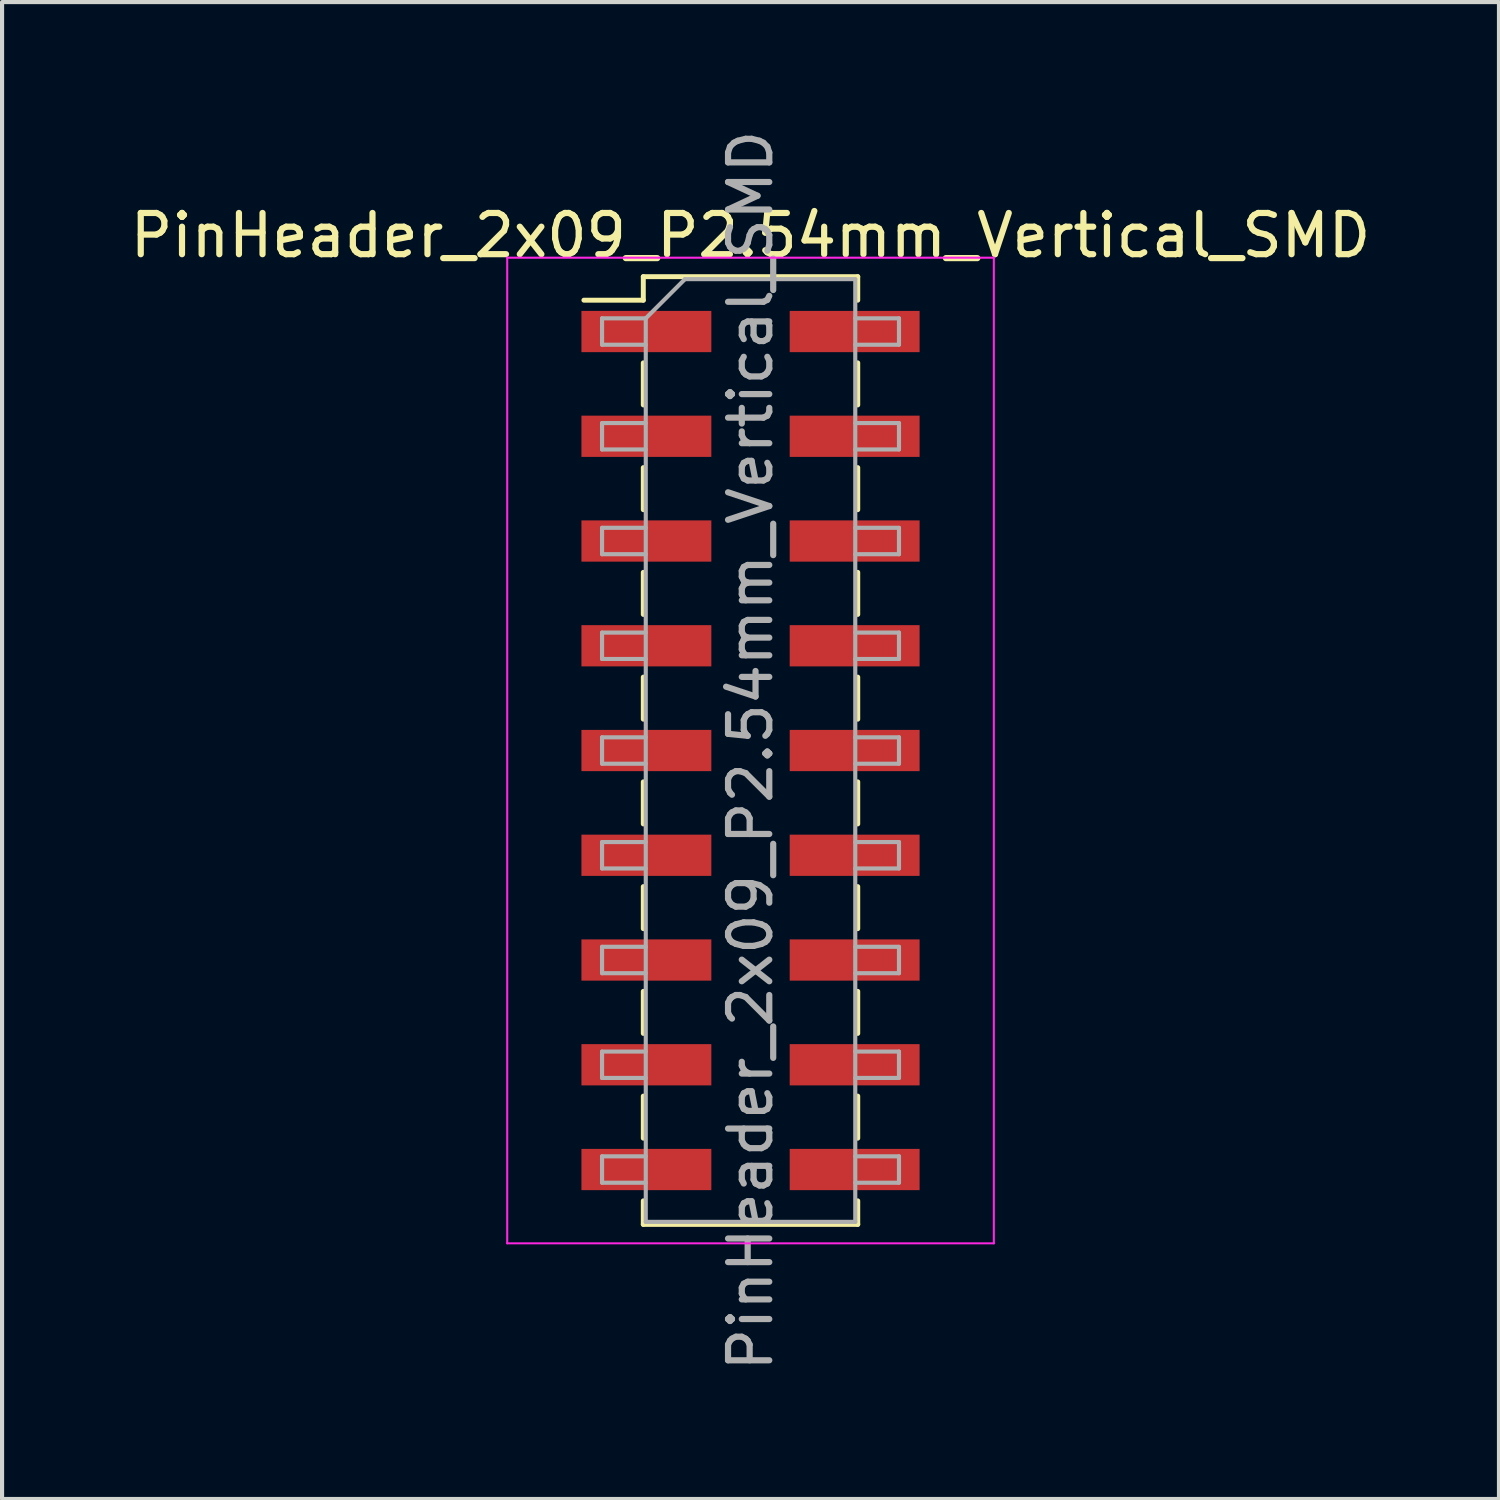
<source format=kicad_pcb>
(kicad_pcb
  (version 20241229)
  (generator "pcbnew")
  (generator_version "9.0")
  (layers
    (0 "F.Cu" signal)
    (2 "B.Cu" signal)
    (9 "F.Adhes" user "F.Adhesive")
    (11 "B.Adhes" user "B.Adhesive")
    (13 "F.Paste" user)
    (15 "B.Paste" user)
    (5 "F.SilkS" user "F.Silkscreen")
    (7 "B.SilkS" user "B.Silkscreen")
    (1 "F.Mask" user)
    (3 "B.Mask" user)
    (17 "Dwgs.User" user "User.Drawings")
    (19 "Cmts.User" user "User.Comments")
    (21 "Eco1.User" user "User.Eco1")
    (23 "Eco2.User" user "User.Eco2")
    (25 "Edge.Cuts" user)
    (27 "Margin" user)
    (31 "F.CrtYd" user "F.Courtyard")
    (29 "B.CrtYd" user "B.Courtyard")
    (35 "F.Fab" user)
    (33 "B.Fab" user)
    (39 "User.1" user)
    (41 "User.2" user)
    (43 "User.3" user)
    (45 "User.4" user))
  (footprint "PinHeader_2x09_P2.54mm_Vertical_SMD"
    (layer "F.Cu")
    (at 15.149 15.149)
    (property "Reference" "PinHeader_2x09_P2.54mm_Vertical_SMD" (at 0 -12.49 0) (layer "F.SilkS") (effects (font (size 1 1) (thickness 0.15))))
    (attr smd)
    (fp_line (start -4.04 -10.92) (end -2.6 -10.92) (stroke (width 0.12) (type solid)) (layer "F.SilkS"))
    (fp_line (start -2.6 -11.49) (end -2.6 -10.92) (stroke (width 0.12) (type solid)) (layer "F.SilkS"))
    (fp_line (start -2.6 -11.49) (end 2.6 -11.49) (stroke (width 0.12) (type solid)) (layer "F.SilkS"))
    (fp_line (start -2.6 -9.4) (end -2.6 -8.38) (stroke (width 0.12) (type solid)) (layer "F.SilkS"))
    (fp_line (start -2.6 -6.86) (end -2.6 -5.84) (stroke (width 0.12) (type solid)) (layer "F.SilkS"))
    (fp_line (start -2.6 -4.32) (end -2.6 -3.3) (stroke (width 0.12) (type solid)) (layer "F.SilkS"))
    (fp_line (start -2.6 -1.78) (end -2.6 -0.76) (stroke (width 0.12) (type solid)) (layer "F.SilkS"))
    (fp_line (start -2.6 0.76) (end -2.6 1.78) (stroke (width 0.12) (type solid)) (layer "F.SilkS"))
    (fp_line (start -2.6 3.3) (end -2.6 4.32) (stroke (width 0.12) (type solid)) (layer "F.SilkS"))
    (fp_line (start -2.6 5.84) (end -2.6 6.86) (stroke (width 0.12) (type solid)) (layer "F.SilkS"))
    (fp_line (start -2.6 8.38) (end -2.6 9.4) (stroke (width 0.12) (type solid)) (layer "F.SilkS"))
    (fp_line (start -2.6 10.92) (end -2.6 11.49) (stroke (width 0.12) (type solid)) (layer "F.SilkS"))
    (fp_line (start -2.6 11.49) (end 2.6 11.49) (stroke (width 0.12) (type solid)) (layer "F.SilkS"))
    (fp_line (start 2.6 -11.49) (end 2.6 -10.92) (stroke (width 0.12) (type solid)) (layer "F.SilkS"))
    (fp_line (start 2.6 -9.4) (end 2.6 -8.38) (stroke (width 0.12) (type solid)) (layer "F.SilkS"))
    (fp_line (start 2.6 -6.86) (end 2.6 -5.84) (stroke (width 0.12) (type solid)) (layer "F.SilkS"))
    (fp_line (start 2.6 -4.32) (end 2.6 -3.3) (stroke (width 0.12) (type solid)) (layer "F.SilkS"))
    (fp_line (start 2.6 -1.78) (end 2.6 -0.76) (stroke (width 0.12) (type solid)) (layer "F.SilkS"))
    (fp_line (start 2.6 0.76) (end 2.6 1.78) (stroke (width 0.12) (type solid)) (layer "F.SilkS"))
    (fp_line (start 2.6 3.3) (end 2.6 4.32) (stroke (width 0.12) (type solid)) (layer "F.SilkS"))
    (fp_line (start 2.6 5.84) (end 2.6 6.86) (stroke (width 0.12) (type solid)) (layer "F.SilkS"))
    (fp_line (start 2.6 8.38) (end 2.6 9.4) (stroke (width 0.12) (type solid)) (layer "F.SilkS"))
    (fp_line (start 2.6 10.92) (end 2.6 11.49) (stroke (width 0.12) (type solid)) (layer "F.SilkS"))
    (fp_line (start -5.9 -11.95) (end -5.9 11.95) (stroke (width 0.05) (type solid)) (layer "F.CrtYd"))
    (fp_line (start -5.9 11.95) (end 5.9 11.95) (stroke (width 0.05) (type solid)) (layer "F.CrtYd"))
    (fp_line (start 5.9 -11.95) (end -5.9 -11.95) (stroke (width 0.05) (type solid)) (layer "F.CrtYd"))
    (fp_line (start 5.9 11.95) (end 5.9 -11.95) (stroke (width 0.05) (type solid)) (layer "F.CrtYd"))
    (fp_line (start -3.6 -10.48) (end -3.6 -9.84) (stroke (width 0.1) (type solid)) (layer "F.Fab"))
    (fp_line (start -3.6 -9.84) (end -2.54 -9.84) (stroke (width 0.1) (type solid)) (layer "F.Fab"))
    (fp_line (start -3.6 -7.94) (end -3.6 -7.3) (stroke (width 0.1) (type solid)) (layer "F.Fab"))
    (fp_line (start -3.6 -7.3) (end -2.54 -7.3) (stroke (width 0.1) (type solid)) (layer "F.Fab"))
    (fp_line (start -3.6 -5.4) (end -3.6 -4.76) (stroke (width 0.1) (type solid)) (layer "F.Fab"))
    (fp_line (start -3.6 -4.76) (end -2.54 -4.76) (stroke (width 0.1) (type solid)) (layer "F.Fab"))
    (fp_line (start -3.6 -2.86) (end -3.6 -2.22) (stroke (width 0.1) (type solid)) (layer "F.Fab"))
    (fp_line (start -3.6 -2.22) (end -2.54 -2.22) (stroke (width 0.1) (type solid)) (layer "F.Fab"))
    (fp_line (start -3.6 -0.32) (end -3.6 0.32) (stroke (width 0.1) (type solid)) (layer "F.Fab"))
    (fp_line (start -3.6 0.32) (end -2.54 0.32) (stroke (width 0.1) (type solid)) (layer "F.Fab"))
    (fp_line (start -3.6 2.22) (end -3.6 2.86) (stroke (width 0.1) (type solid)) (layer "F.Fab"))
    (fp_line (start -3.6 2.86) (end -2.54 2.86) (stroke (width 0.1) (type solid)) (layer "F.Fab"))
    (fp_line (start -3.6 4.76) (end -3.6 5.4) (stroke (width 0.1) (type solid)) (layer "F.Fab"))
    (fp_line (start -3.6 5.4) (end -2.54 5.4) (stroke (width 0.1) (type solid)) (layer "F.Fab"))
    (fp_line (start -3.6 7.3) (end -3.6 7.94) (stroke (width 0.1) (type solid)) (layer "F.Fab"))
    (fp_line (start -3.6 7.94) (end -2.54 7.94) (stroke (width 0.1) (type solid)) (layer "F.Fab"))
    (fp_line (start -3.6 9.84) (end -3.6 10.48) (stroke (width 0.1) (type solid)) (layer "F.Fab"))
    (fp_line (start -3.6 10.48) (end -2.54 10.48) (stroke (width 0.1) (type solid)) (layer "F.Fab"))
    (fp_line (start -2.54 -10.48) (end -3.6 -10.48) (stroke (width 0.1) (type solid)) (layer "F.Fab"))
    (fp_line (start -2.54 -10.48) (end -1.59 -11.43) (stroke (width 0.1) (type solid)) (layer "F.Fab"))
    (fp_line (start -2.54 -7.94) (end -3.6 -7.94) (stroke (width 0.1) (type solid)) (layer "F.Fab"))
    (fp_line (start -2.54 -5.4) (end -3.6 -5.4) (stroke (width 0.1) (type solid)) (layer "F.Fab"))
    (fp_line (start -2.54 -2.86) (end -3.6 -2.86) (stroke (width 0.1) (type solid)) (layer "F.Fab"))
    (fp_line (start -2.54 -0.32) (end -3.6 -0.32) (stroke (width 0.1) (type solid)) (layer "F.Fab"))
    (fp_line (start -2.54 2.22) (end -3.6 2.22) (stroke (width 0.1) (type solid)) (layer "F.Fab"))
    (fp_line (start -2.54 4.76) (end -3.6 4.76) (stroke (width 0.1) (type solid)) (layer "F.Fab"))
    (fp_line (start -2.54 7.3) (end -3.6 7.3) (stroke (width 0.1) (type solid)) (layer "F.Fab"))
    (fp_line (start -2.54 9.84) (end -3.6 9.84) (stroke (width 0.1) (type solid)) (layer "F.Fab"))
    (fp_line (start -2.54 11.43) (end -2.54 -10.48) (stroke (width 0.1) (type solid)) (layer "F.Fab"))
    (fp_line (start -1.59 -11.43) (end 2.54 -11.43) (stroke (width 0.1) (type solid)) (layer "F.Fab"))
    (fp_line (start 2.54 -11.43) (end 2.54 11.43) (stroke (width 0.1) (type solid)) (layer "F.Fab"))
    (fp_line (start 2.54 -10.48) (end 3.6 -10.48) (stroke (width 0.1) (type solid)) (layer "F.Fab"))
    (fp_line (start 2.54 -7.94) (end 3.6 -7.94) (stroke (width 0.1) (type solid)) (layer "F.Fab"))
    (fp_line (start 2.54 -5.4) (end 3.6 -5.4) (stroke (width 0.1) (type solid)) (layer "F.Fab"))
    (fp_line (start 2.54 -2.86) (end 3.6 -2.86) (stroke (width 0.1) (type solid)) (layer "F.Fab"))
    (fp_line (start 2.54 -0.32) (end 3.6 -0.32) (stroke (width 0.1) (type solid)) (layer "F.Fab"))
    (fp_line (start 2.54 2.22) (end 3.6 2.22) (stroke (width 0.1) (type solid)) (layer "F.Fab"))
    (fp_line (start 2.54 4.76) (end 3.6 4.76) (stroke (width 0.1) (type solid)) (layer "F.Fab"))
    (fp_line (start 2.54 7.3) (end 3.6 7.3) (stroke (width 0.1) (type solid)) (layer "F.Fab"))
    (fp_line (start 2.54 9.84) (end 3.6 9.84) (stroke (width 0.1) (type solid)) (layer "F.Fab"))
    (fp_line (start 2.54 11.43) (end -2.54 11.43) (stroke (width 0.1) (type solid)) (layer "F.Fab"))
    (fp_line (start 3.6 -10.48) (end 3.6 -9.84) (stroke (width 0.1) (type solid)) (layer "F.Fab"))
    (fp_line (start 3.6 -9.84) (end 2.54 -9.84) (stroke (width 0.1) (type solid)) (layer "F.Fab"))
    (fp_line (start 3.6 -7.94) (end 3.6 -7.3) (stroke (width 0.1) (type solid)) (layer "F.Fab"))
    (fp_line (start 3.6 -7.3) (end 2.54 -7.3) (stroke (width 0.1) (type solid)) (layer "F.Fab"))
    (fp_line (start 3.6 -5.4) (end 3.6 -4.76) (stroke (width 0.1) (type solid)) (layer "F.Fab"))
    (fp_line (start 3.6 -4.76) (end 2.54 -4.76) (stroke (width 0.1) (type solid)) (layer "F.Fab"))
    (fp_line (start 3.6 -2.86) (end 3.6 -2.22) (stroke (width 0.1) (type solid)) (layer "F.Fab"))
    (fp_line (start 3.6 -2.22) (end 2.54 -2.22) (stroke (width 0.1) (type solid)) (layer "F.Fab"))
    (fp_line (start 3.6 -0.32) (end 3.6 0.32) (stroke (width 0.1) (type solid)) (layer "F.Fab"))
    (fp_line (start 3.6 0.32) (end 2.54 0.32) (stroke (width 0.1) (type solid)) (layer "F.Fab"))
    (fp_line (start 3.6 2.22) (end 3.6 2.86) (stroke (width 0.1) (type solid)) (layer "F.Fab"))
    (fp_line (start 3.6 2.86) (end 2.54 2.86) (stroke (width 0.1) (type solid)) (layer "F.Fab"))
    (fp_line (start 3.6 4.76) (end 3.6 5.4) (stroke (width 0.1) (type solid)) (layer "F.Fab"))
    (fp_line (start 3.6 5.4) (end 2.54 5.4) (stroke (width 0.1) (type solid)) (layer "F.Fab"))
    (fp_line (start 3.6 7.3) (end 3.6 7.94) (stroke (width 0.1) (type solid)) (layer "F.Fab"))
    (fp_line (start 3.6 7.94) (end 2.54 7.94) (stroke (width 0.1) (type solid)) (layer "F.Fab"))
    (fp_line (start 3.6 9.84) (end 3.6 10.48) (stroke (width 0.1) (type solid)) (layer "F.Fab"))
    (fp_line (start 3.6 10.48) (end 2.54 10.48) (stroke (width 0.1) (type solid)) (layer "F.Fab"))
    (fp_text user "${REFERENCE}" (at 0 0 90) (layer "F.Fab") (effects (font (size 1 1) (thickness 0.15))))
    (pad "1" smd rect (at -2.525 -10.16) (size 3.15 1) (layers "F.Cu" "F.Mask" "F.Paste"))
    (pad "2" smd rect (at 2.525 -10.16) (size 3.15 1) (layers "F.Cu" "F.Mask" "F.Paste"))
    (pad "3" smd rect (at -2.525 -7.62) (size 3.15 1) (layers "F.Cu" "F.Mask" "F.Paste"))
    (pad "4" smd rect (at 2.525 -7.62) (size 3.15 1) (layers "F.Cu" "F.Mask" "F.Paste"))
    (pad "5" smd rect (at -2.525 -5.08) (size 3.15 1) (layers "F.Cu" "F.Mask" "F.Paste"))
    (pad "6" smd rect (at 2.525 -5.08) (size 3.15 1) (layers "F.Cu" "F.Mask" "F.Paste"))
    (pad "7" smd rect (at -2.525 -2.54) (size 3.15 1) (layers "F.Cu" "F.Mask" "F.Paste"))
    (pad "8" smd rect (at 2.525 -2.54) (size 3.15 1) (layers "F.Cu" "F.Mask" "F.Paste"))
    (pad "9" smd rect (at -2.525 0) (size 3.15 1) (layers "F.Cu" "F.Mask" "F.Paste"))
    (pad "10" smd rect (at 2.525 0) (size 3.15 1) (layers "F.Cu" "F.Mask" "F.Paste"))
    (pad "11" smd rect (at -2.525 2.54) (size 3.15 1) (layers "F.Cu" "F.Mask" "F.Paste"))
    (pad "12" smd rect (at 2.525 2.54) (size 3.15 1) (layers "F.Cu" "F.Mask" "F.Paste"))
    (pad "13" smd rect (at -2.525 5.08) (size 3.15 1) (layers "F.Cu" "F.Mask" "F.Paste"))
    (pad "14" smd rect (at 2.525 5.08) (size 3.15 1) (layers "F.Cu" "F.Mask" "F.Paste"))
    (pad "15" smd rect (at -2.525 7.62) (size 3.15 1) (layers "F.Cu" "F.Mask" "F.Paste"))
    (pad "16" smd rect (at 2.525 7.62) (size 3.15 1) (layers "F.Cu" "F.Mask" "F.Paste"))
    (pad "17" smd rect (at -2.525 10.16) (size 3.15 1) (layers "F.Cu" "F.Mask" "F.Paste"))
    (pad "18" smd rect (at 2.525 10.16) (size 3.15 1) (layers "F.Cu" "F.Mask" "F.Paste")))
  (gr_rect
    (start -3 -3)
    (end 33.298 33.298)
    (stroke (width 0.1) (type default))
    (fill no)
    (layer "Edge.Cuts")))
</source>
